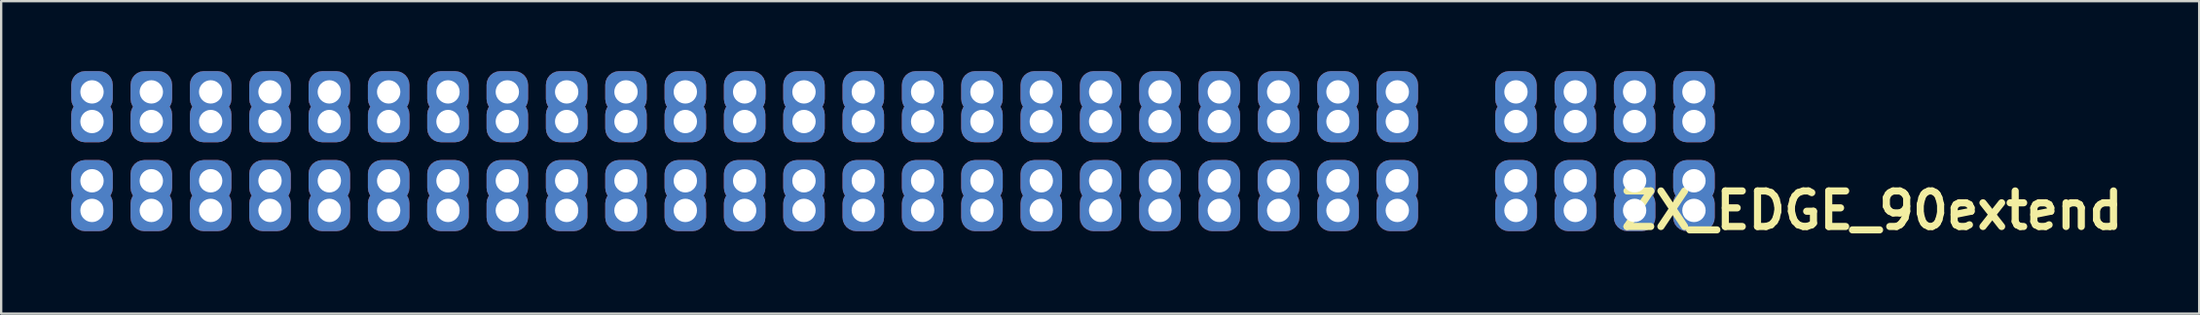
<source format=kicad_pcb>
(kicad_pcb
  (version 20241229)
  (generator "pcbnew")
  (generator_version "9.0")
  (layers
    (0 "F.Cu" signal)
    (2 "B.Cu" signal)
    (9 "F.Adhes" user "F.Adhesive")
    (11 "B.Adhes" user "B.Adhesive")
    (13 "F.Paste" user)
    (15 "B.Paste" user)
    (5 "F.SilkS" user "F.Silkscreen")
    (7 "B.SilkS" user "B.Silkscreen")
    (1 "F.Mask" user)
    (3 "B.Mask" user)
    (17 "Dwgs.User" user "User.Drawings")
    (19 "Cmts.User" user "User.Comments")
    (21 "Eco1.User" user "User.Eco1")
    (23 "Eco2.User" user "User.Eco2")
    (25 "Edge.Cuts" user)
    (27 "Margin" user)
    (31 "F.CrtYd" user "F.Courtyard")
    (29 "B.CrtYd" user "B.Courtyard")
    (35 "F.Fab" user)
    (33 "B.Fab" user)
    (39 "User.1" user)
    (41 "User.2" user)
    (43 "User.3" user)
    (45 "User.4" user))
  (footprint "ZX_EDGE_90extend"
    (layer "F.Cu")
    (at 33.909 3.429)
    (property "Reference" "ZX_EDGE_90extend" (at 43.18 2.54 0) (layer "F.SilkS") (effects (font (size 1.524 1.524) (thickness 0.305))))
    (attr through_hole)
    (pad "A1" thru_hole roundrect (at 35.56 1.27) (size 1.778 1.778) (drill 1) (layers "*.Cu" "*.Mask") (roundrect_rratio 0.33))
    (pad "A1" thru_hole roundrect (at 35.56 2.54) (size 1.778 1.778) (drill 1) (layers "*.Cu" "*.Mask") (roundrect_rratio 0.33))
    (pad "A2" thru_hole roundrect (at 33.02 1.27) (size 1.778 1.778) (drill 1) (layers "*.Cu" "*.Mask") (roundrect_rratio 0.33))
    (pad "A2" thru_hole roundrect (at 33.02 2.54) (size 1.778 1.778) (drill 1) (layers "*.Cu" "*.Mask") (roundrect_rratio 0.33))
    (pad "A3" thru_hole roundrect (at 30.48 1.27) (size 1.778 1.778) (drill 1) (layers "*.Cu" "*.Mask") (roundrect_rratio 0.33))
    (pad "A3" thru_hole roundrect (at 30.48 2.54) (size 1.778 1.778) (drill 1) (layers "*.Cu" "*.Mask") (roundrect_rratio 0.33))
    (pad "A4" thru_hole roundrect (at 27.94 1.27) (size 1.778 1.778) (drill 1) (layers "*.Cu" "*.Mask") (roundrect_rratio 0.33))
    (pad "A4" thru_hole roundrect (at 27.94 2.54) (size 1.778 1.778) (drill 1) (layers "*.Cu" "*.Mask") (roundrect_rratio 0.33))
    (pad "A6" thru_hole roundrect (at 22.86 1.27) (size 1.778 1.778) (drill 1) (layers "*.Cu" "*.Mask") (roundrect_rratio 0.33))
    (pad "A6" thru_hole roundrect (at 22.86 2.54) (size 1.778 1.778) (drill 1) (layers "*.Cu" "*.Mask") (roundrect_rratio 0.33))
    (pad "A7" thru_hole roundrect (at 20.32 1.27) (size 1.778 1.778) (drill 1) (layers "*.Cu" "*.Mask") (roundrect_rratio 0.33))
    (pad "A7" thru_hole roundrect (at 20.32 2.54) (size 1.778 1.778) (drill 1) (layers "*.Cu" "*.Mask") (roundrect_rratio 0.33))
    (pad "A8" thru_hole roundrect (at 17.78 1.27) (size 1.778 1.778) (drill 1) (layers "*.Cu" "*.Mask") (roundrect_rratio 0.33))
    (pad "A8" thru_hole roundrect (at 17.78 2.54) (size 1.778 1.778) (drill 1) (layers "*.Cu" "*.Mask") (roundrect_rratio 0.33))
    (pad "A9" thru_hole roundrect (at 15.24 1.27) (size 1.778 1.778) (drill 1) (layers "*.Cu" "*.Mask") (roundrect_rratio 0.33))
    (pad "A9" thru_hole roundrect (at 15.24 2.54) (size 1.778 1.778) (drill 1) (layers "*.Cu" "*.Mask") (roundrect_rratio 0.33))
    (pad "A10" thru_hole roundrect (at 12.7 1.27) (size 1.778 1.778) (drill 1) (layers "*.Cu" "*.Mask") (roundrect_rratio 0.33))
    (pad "A10" thru_hole roundrect (at 12.7 2.54) (size 1.778 1.778) (drill 1) (layers "*.Cu" "*.Mask") (roundrect_rratio 0.33))
    (pad "A11" thru_hole roundrect (at 10.16 1.27) (size 1.778 1.778) (drill 1) (layers "*.Cu" "*.Mask") (roundrect_rratio 0.33))
    (pad "A11" thru_hole roundrect (at 10.16 2.54) (size 1.778 1.778) (drill 1) (layers "*.Cu" "*.Mask") (roundrect_rratio 0.33))
    (pad "A12" thru_hole roundrect (at 7.62 1.27) (size 1.778 1.778) (drill 1) (layers "*.Cu" "*.Mask") (roundrect_rratio 0.33))
    (pad "A12" thru_hole roundrect (at 7.62 2.54) (size 1.778 1.778) (drill 1) (layers "*.Cu" "*.Mask") (roundrect_rratio 0.33))
    (pad "A13" thru_hole roundrect (at 5.08 1.27) (size 1.778 1.778) (drill 1) (layers "*.Cu" "*.Mask") (roundrect_rratio 0.33))
    (pad "A13" thru_hole roundrect (at 5.08 2.54) (size 1.778 1.778) (drill 1) (layers "*.Cu" "*.Mask") (roundrect_rratio 0.33))
    (pad "A14" thru_hole roundrect (at 2.54 1.27) (size 1.778 1.778) (drill 1) (layers "*.Cu" "*.Mask") (roundrect_rratio 0.33))
    (pad "A14" thru_hole roundrect (at 2.54 2.54) (size 1.778 1.778) (drill 1) (layers "*.Cu" "*.Mask") (roundrect_rratio 0.33))
    (pad "A15" thru_hole roundrect (at 0 1.27) (size 1.778 1.778) (drill 1) (layers "*.Cu" "*.Mask") (roundrect_rratio 0.33))
    (pad "A15" thru_hole roundrect (at 0 2.54) (size 1.778 1.778) (drill 1) (layers "*.Cu" "*.Mask") (roundrect_rratio 0.33))
    (pad "A16" thru_hole roundrect (at -2.54 1.27) (size 1.778 1.778) (drill 1) (layers "*.Cu" "*.Mask") (roundrect_rratio 0.33))
    (pad "A16" thru_hole roundrect (at -2.54 2.54) (size 1.778 1.778) (drill 1) (layers "*.Cu" "*.Mask") (roundrect_rratio 0.33))
    (pad "A17" thru_hole roundrect (at -5.08 1.27) (size 1.778 1.778) (drill 1) (layers "*.Cu" "*.Mask") (roundrect_rratio 0.33))
    (pad "A17" thru_hole roundrect (at -5.08 2.54) (size 1.778 1.778) (drill 1) (layers "*.Cu" "*.Mask") (roundrect_rratio 0.33))
    (pad "A18" thru_hole roundrect (at -7.62 1.27) (size 1.778 1.778) (drill 1) (layers "*.Cu" "*.Mask") (roundrect_rratio 0.33))
    (pad "A18" thru_hole roundrect (at -7.62 2.54) (size 1.778 1.778) (drill 1) (layers "*.Cu" "*.Mask") (roundrect_rratio 0.33))
    (pad "A19" thru_hole roundrect (at -10.16 1.27) (size 1.778 1.778) (drill 1) (layers "*.Cu" "*.Mask") (roundrect_rratio 0.33))
    (pad "A19" thru_hole roundrect (at -10.16 2.54) (size 1.778 1.778) (drill 1) (layers "*.Cu" "*.Mask") (roundrect_rratio 0.33))
    (pad "A20" thru_hole roundrect (at -12.7 1.27) (size 1.778 1.778) (drill 1) (layers "*.Cu" "*.Mask") (roundrect_rratio 0.33))
    (pad "A20" thru_hole roundrect (at -12.7 2.54) (size 1.778 1.778) (drill 1) (layers "*.Cu" "*.Mask") (roundrect_rratio 0.33))
    (pad "A21" thru_hole roundrect (at -15.24 1.27) (size 1.778 1.778) (drill 1) (layers "*.Cu" "*.Mask") (roundrect_rratio 0.33))
    (pad "A21" thru_hole roundrect (at -15.24 2.54) (size 1.778 1.778) (drill 1) (layers "*.Cu" "*.Mask") (roundrect_rratio 0.33))
    (pad "A22" thru_hole roundrect (at -17.78 1.27) (size 1.778 1.778) (drill 1) (layers "*.Cu" "*.Mask") (roundrect_rratio 0.33))
    (pad "A22" thru_hole roundrect (at -17.78 2.54) (size 1.778 1.778) (drill 1) (layers "*.Cu" "*.Mask") (roundrect_rratio 0.33))
    (pad "A23" thru_hole roundrect (at -20.32 1.27) (size 1.778 1.778) (drill 1) (layers "*.Cu" "*.Mask") (roundrect_rratio 0.33))
    (pad "A23" thru_hole roundrect (at -20.32 2.54) (size 1.778 1.778) (drill 1) (layers "*.Cu" "*.Mask") (roundrect_rratio 0.33))
    (pad "A24" thru_hole roundrect (at -22.86 1.27) (size 1.778 1.778) (drill 1) (layers "*.Cu" "*.Mask") (roundrect_rratio 0.33))
    (pad "A24" thru_hole roundrect (at -22.86 2.54) (size 1.778 1.778) (drill 1) (layers "*.Cu" "*.Mask") (roundrect_rratio 0.33))
    (pad "A25" thru_hole roundrect (at -25.4 1.27) (size 1.778 1.778) (drill 1) (layers "*.Cu" "*.Mask") (roundrect_rratio 0.33))
    (pad "A25" thru_hole roundrect (at -25.4 2.54) (size 1.778 1.778) (drill 1) (layers "*.Cu" "*.Mask") (roundrect_rratio 0.33))
    (pad "A26" thru_hole roundrect (at -27.94 1.27) (size 1.778 1.778) (drill 1) (layers "*.Cu" "*.Mask") (roundrect_rratio 0.33))
    (pad "A26" thru_hole roundrect (at -27.94 2.54) (size 1.778 1.778) (drill 1) (layers "*.Cu" "*.Mask") (roundrect_rratio 0.33))
    (pad "A27" thru_hole roundrect (at -30.48 1.27) (size 1.778 1.778) (drill 1) (layers "*.Cu" "*.Mask") (roundrect_rratio 0.33))
    (pad "A27" thru_hole roundrect (at -30.48 2.54) (size 1.778 1.778) (drill 1) (layers "*.Cu" "*.Mask") (roundrect_rratio 0.33))
    (pad "A28" thru_hole roundrect (at -33.02 1.27) (size 1.778 1.778) (drill 1) (layers "*.Cu" "*.Mask") (roundrect_rratio 0.33))
    (pad "A28" thru_hole roundrect (at -33.02 2.54) (size 1.778 1.778) (drill 1) (layers "*.Cu" "*.Mask") (roundrect_rratio 0.33))
    (pad "B1" thru_hole roundrect (at 35.56 -2.54) (size 1.778 1.778) (drill 1) (layers "*.Cu" "*.Mask") (roundrect_rratio 0.33))
    (pad "B1" thru_hole roundrect (at 35.56 -1.27) (size 1.778 1.778) (drill 1) (layers "*.Cu" "*.Mask") (roundrect_rratio 0.33))
    (pad "B2" thru_hole roundrect (at 33.02 -2.54) (size 1.778 1.778) (drill 1) (layers "*.Cu" "*.Mask") (roundrect_rratio 0.33))
    (pad "B2" thru_hole roundrect (at 33.02 -1.27) (size 1.778 1.778) (drill 1) (layers "*.Cu" "*.Mask") (roundrect_rratio 0.33))
    (pad "B3" thru_hole roundrect (at 30.48 -2.54) (size 1.778 1.778) (drill 1) (layers "*.Cu" "*.Mask") (roundrect_rratio 0.33))
    (pad "B3" thru_hole roundrect (at 30.48 -1.27) (size 1.778 1.778) (drill 1) (layers "*.Cu" "*.Mask") (roundrect_rratio 0.33))
    (pad "B4" thru_hole roundrect (at 27.94 -2.54) (size 1.778 1.778) (drill 1) (layers "*.Cu" "*.Mask") (roundrect_rratio 0.33))
    (pad "B4" thru_hole roundrect (at 27.94 -1.27) (size 1.778 1.778) (drill 1) (layers "*.Cu" "*.Mask") (roundrect_rratio 0.33))
    (pad "B6" thru_hole roundrect (at 22.86 -2.54) (size 1.778 1.778) (drill 1) (layers "*.Cu" "*.Mask") (roundrect_rratio 0.33))
    (pad "B6" thru_hole roundrect (at 22.86 -1.27) (size 1.778 1.778) (drill 1) (layers "*.Cu" "*.Mask") (roundrect_rratio 0.33))
    (pad "B7" thru_hole roundrect (at 20.32 -2.54) (size 1.778 1.778) (drill 1) (layers "*.Cu" "*.Mask") (roundrect_rratio 0.33))
    (pad "B7" thru_hole roundrect (at 20.32 -1.27) (size 1.778 1.778) (drill 1) (layers "*.Cu" "*.Mask") (roundrect_rratio 0.33))
    (pad "B8" thru_hole roundrect (at 17.78 -2.54) (size 1.778 1.778) (drill 1) (layers "*.Cu" "*.Mask") (roundrect_rratio 0.33))
    (pad "B8" thru_hole roundrect (at 17.78 -1.27) (size 1.778 1.778) (drill 1) (layers "*.Cu" "*.Mask") (roundrect_rratio 0.33))
    (pad "B9" thru_hole roundrect (at 15.24 -2.54) (size 1.778 1.778) (drill 1) (layers "*.Cu" "*.Mask") (roundrect_rratio 0.33))
    (pad "B9" thru_hole roundrect (at 15.24 -1.27) (size 1.778 1.778) (drill 1) (layers "*.Cu" "*.Mask") (roundrect_rratio 0.33))
    (pad "B10" thru_hole roundrect (at 12.7 -2.54) (size 1.778 1.778) (drill 1) (layers "*.Cu" "*.Mask") (roundrect_rratio 0.33))
    (pad "B10" thru_hole roundrect (at 12.7 -1.27) (size 1.778 1.778) (drill 1) (layers "*.Cu" "*.Mask") (roundrect_rratio 0.33))
    (pad "B11" thru_hole roundrect (at 10.16 -2.54) (size 1.778 1.778) (drill 1) (layers "*.Cu" "*.Mask") (roundrect_rratio 0.33))
    (pad "B11" thru_hole roundrect (at 10.16 -1.27) (size 1.778 1.778) (drill 1) (layers "*.Cu" "*.Mask") (roundrect_rratio 0.33))
    (pad "B12" thru_hole roundrect (at 7.62 -2.54) (size 1.778 1.778) (drill 1) (layers "*.Cu" "*.Mask") (roundrect_rratio 0.33))
    (pad "B12" thru_hole roundrect (at 7.62 -1.27) (size 1.778 1.778) (drill 1) (layers "*.Cu" "*.Mask") (roundrect_rratio 0.33))
    (pad "B13" thru_hole roundrect (at 5.08 -2.54) (size 1.778 1.778) (drill 1) (layers "*.Cu" "*.Mask") (roundrect_rratio 0.33))
    (pad "B13" thru_hole roundrect (at 5.08 -1.27) (size 1.778 1.778) (drill 1) (layers "*.Cu" "*.Mask") (roundrect_rratio 0.33))
    (pad "B14" thru_hole roundrect (at 2.54 -2.54) (size 1.778 1.778) (drill 1) (layers "*.Cu" "*.Mask") (roundrect_rratio 0.33))
    (pad "B14" thru_hole roundrect (at 2.54 -1.27) (size 1.778 1.778) (drill 1) (layers "*.Cu" "*.Mask") (roundrect_rratio 0.33))
    (pad "B15" thru_hole roundrect (at 0 -2.54) (size 1.778 1.778) (drill 1) (layers "*.Cu" "*.Mask") (roundrect_rratio 0.33))
    (pad "B15" thru_hole roundrect (at 0 -1.27) (size 1.778 1.778) (drill 1) (layers "*.Cu" "*.Mask") (roundrect_rratio 0.33))
    (pad "B16" thru_hole roundrect (at -2.54 -2.54) (size 1.778 1.778) (drill 1) (layers "*.Cu" "*.Mask") (roundrect_rratio 0.33))
    (pad "B16" thru_hole roundrect (at -2.54 -1.27) (size 1.778 1.778) (drill 1) (layers "*.Cu" "*.Mask") (roundrect_rratio 0.33))
    (pad "B17" thru_hole roundrect (at -5.08 -2.54) (size 1.778 1.778) (drill 1) (layers "*.Cu" "*.Mask") (roundrect_rratio 0.33))
    (pad "B17" thru_hole roundrect (at -5.08 -1.27) (size 1.778 1.778) (drill 1) (layers "*.Cu" "*.Mask") (roundrect_rratio 0.33))
    (pad "B18" thru_hole roundrect (at -7.62 -2.54) (size 1.778 1.778) (drill 1) (layers "*.Cu" "*.Mask") (roundrect_rratio 0.33))
    (pad "B18" thru_hole roundrect (at -7.62 -1.27) (size 1.778 1.778) (drill 1) (layers "*.Cu" "*.Mask") (roundrect_rratio 0.33))
    (pad "B19" thru_hole roundrect (at -10.16 -2.54) (size 1.778 1.778) (drill 1) (layers "*.Cu" "*.Mask") (roundrect_rratio 0.33))
    (pad "B19" thru_hole roundrect (at -10.16 -1.27) (size 1.778 1.778) (drill 1) (layers "*.Cu" "*.Mask") (roundrect_rratio 0.33))
    (pad "B20" thru_hole roundrect (at -12.7 -2.54) (size 1.778 1.778) (drill 1) (layers "*.Cu" "*.Mask") (roundrect_rratio 0.33))
    (pad "B20" thru_hole roundrect (at -12.7 -1.27) (size 1.778 1.778) (drill 1) (layers "*.Cu" "*.Mask") (roundrect_rratio 0.33))
    (pad "B21" thru_hole roundrect (at -15.24 -2.54) (size 1.778 1.778) (drill 1) (layers "*.Cu" "*.Mask") (roundrect_rratio 0.33))
    (pad "B21" thru_hole roundrect (at -15.24 -1.27) (size 1.778 1.778) (drill 1) (layers "*.Cu" "*.Mask") (roundrect_rratio 0.33))
    (pad "B22" thru_hole roundrect (at -17.78 -2.54) (size 1.778 1.778) (drill 1) (layers "*.Cu" "*.Mask") (roundrect_rratio 0.33))
    (pad "B22" thru_hole roundrect (at -17.78 -1.27) (size 1.778 1.778) (drill 1) (layers "*.Cu" "*.Mask") (roundrect_rratio 0.33))
    (pad "B23" thru_hole roundrect (at -20.32 -2.54) (size 1.778 1.778) (drill 1) (layers "*.Cu" "*.Mask") (roundrect_rratio 0.33))
    (pad "B23" thru_hole roundrect (at -20.32 -1.27) (size 1.778 1.778) (drill 1) (layers "*.Cu" "*.Mask") (roundrect_rratio 0.33))
    (pad "B24" thru_hole roundrect (at -22.86 -2.54) (size 1.778 1.778) (drill 1) (layers "*.Cu" "*.Mask") (roundrect_rratio 0.33))
    (pad "B24" thru_hole roundrect (at -22.86 -1.27) (size 1.778 1.778) (drill 1) (layers "*.Cu" "*.Mask") (roundrect_rratio 0.33))
    (pad "B25" thru_hole roundrect (at -25.4 -2.54) (size 1.778 1.778) (drill 1) (layers "*.Cu" "*.Mask") (roundrect_rratio 0.33))
    (pad "B25" thru_hole roundrect (at -25.4 -1.27) (size 1.778 1.778) (drill 1) (layers "*.Cu" "*.Mask") (roundrect_rratio 0.33))
    (pad "B26" thru_hole roundrect (at -27.94 -2.54) (size 1.778 1.778) (drill 1) (layers "*.Cu" "*.Mask") (roundrect_rratio 0.33))
    (pad "B26" thru_hole roundrect (at -27.94 -1.27) (size 1.778 1.778) (drill 1) (layers "*.Cu" "*.Mask") (roundrect_rratio 0.33))
    (pad "B27" thru_hole roundrect (at -30.48 -2.54) (size 1.778 1.778) (drill 1) (layers "*.Cu" "*.Mask") (roundrect_rratio 0.33))
    (pad "B27" thru_hole roundrect (at -30.48 -1.27) (size 1.778 1.778) (drill 1) (layers "*.Cu" "*.Mask") (roundrect_rratio 0.33))
    (pad "B28" thru_hole roundrect (at -33.02 -2.54) (size 1.778 1.778) (drill 1) (layers "*.Cu" "*.Mask") (roundrect_rratio 0.33))
    (pad "B28" thru_hole roundrect (at -33.02 -1.27) (size 1.778 1.778) (drill 1) (layers "*.Cu" "*.Mask") (roundrect_rratio 0.33)))
  (gr_rect
    (start -3 -3)
    (end 91.098 10.395)
    (stroke (width 0.1) (type default))
    (fill no)
    (layer "Edge.Cuts")))
</source>
